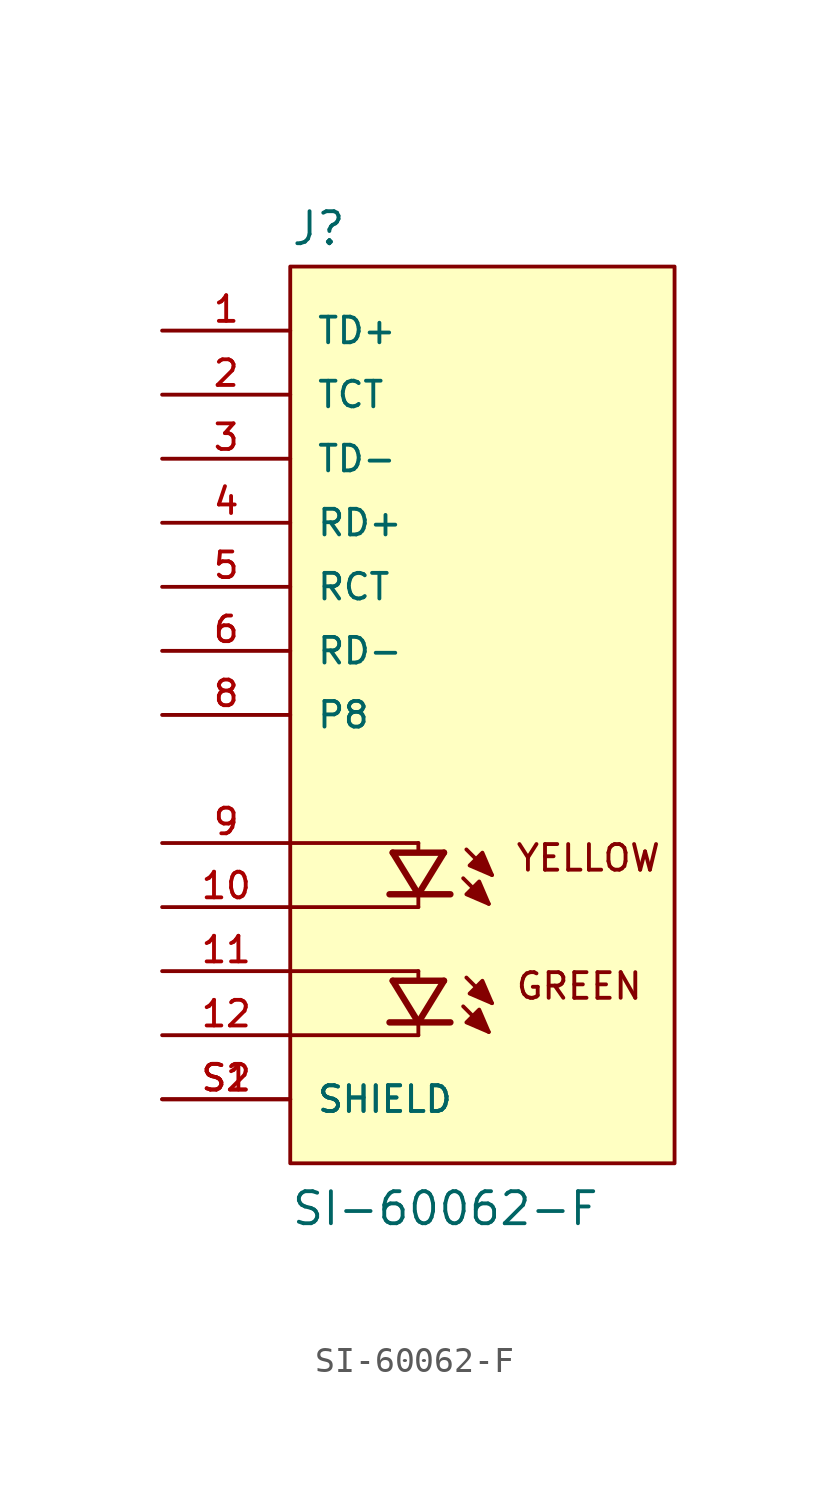
<source format=kicad_sym>
(kicad_symbol_lib
  (version 20211014)
  (generator kicad_symbol_editor)
  (symbol "SI-60062-F"
    (pin_names
      (offset 1.016))
    (property "Reference" "J"
      (at -7.62 18.542 0)
      (effects (font (size 1.27 1.27)) (justify bottom left)))
    (property "Value" "SI-60062-F"
      (at -7.62 -20.32 0)
      (effects (font (size 1.27 1.27)) (justify bottom left)))
    (symbol "SI-60062-F_0_0"
      (polyline (pts (xy -3.556 -5.461) (xy -2.54 -7.112)) (stroke (width 0.254)))
      (polyline (pts (xy -2.54 -7.112) (xy -1.524 -5.461)) (stroke (width 0.254)))
      (polyline (pts (xy -3.683 -7.112) (xy -2.54 -7.112)) (stroke (width 0.254)))
      (polyline (pts (xy -2.54 -7.112) (xy -1.27 -7.112)) (stroke (width 0.254)))
      (polyline (pts (xy -3.556 -5.461) (xy -1.524 -5.461)) (stroke (width 0.254)))
      (polyline (pts (xy -0.635 -5.334) (xy 0.381 -6.35)) (stroke (width 0.152)))
      (polyline (pts (xy -0.762 -6.477) (xy 0.254 -7.493)) (stroke (width 0.152)))
      (polyline (pts (xy -2.54 -5.08) (xy -2.54 -5.334)) (stroke (width 0.152)))
      (polyline (pts (xy -2.54 -7.239) (xy -2.54 -7.62)) (stroke (width 0.152)))
      (polyline (pts (xy -7.62 -5.08) (xy -2.54 -5.08)) (stroke (width 0.152)))
      (polyline (pts (xy -2.54 -7.62) (xy -7.62 -7.62)) (stroke (width 0.152)))
      (polyline (pts (xy -3.556 -10.541) (xy -2.54 -12.192)) (stroke (width 0.254)))
      (polyline (pts (xy -2.54 -12.192) (xy -1.524 -10.541)) (stroke (width 0.254)))
      (polyline (pts (xy -3.683 -12.192) (xy -2.54 -12.192)) (stroke (width 0.254)))
      (polyline (pts (xy -2.54 -12.192) (xy -1.27 -12.192)) (stroke (width 0.254)))
      (polyline (pts (xy -3.556 -10.541) (xy -1.524 -10.541)) (stroke (width 0.254)))
      (polyline (pts (xy -0.635 -10.414) (xy 0.381 -11.43)) (stroke (width 0.152)))
      (polyline (pts (xy -0.762 -11.557) (xy 0.254 -12.573)) (stroke (width 0.152)))
      (polyline (pts (xy -2.54 -10.16) (xy -2.54 -10.414)) (stroke (width 0.152)))
      (polyline (pts (xy -2.54 -12.319) (xy -2.54 -12.7)) (stroke (width 0.152)))
      (polyline (pts (xy -7.62 -10.16) (xy -2.54 -10.16)) (stroke (width 0.152)))
      (polyline (pts (xy -2.54 -12.7) (xy -7.62 -12.7)) (stroke (width 0.152)))
      (polyline (pts (xy 0.381 -6.35) (xy 0.0 -5.461) (xy -0.508 -5.969) (xy 0.381 -6.35)) (stroke (width 0.152)) (fill (type outline)))
      (polyline (pts (xy 0.254 -7.493) (xy -0.127 -6.604) (xy -0.635 -7.112) (xy 0.254 -7.493)) (stroke (width 0.152)) (fill (type outline)))
      (polyline (pts (xy 0.381 -11.43) (xy 0.0 -10.541) (xy -0.508 -11.049) (xy 0.381 -11.43)) (stroke (width 0.152)) (fill (type outline)))
      (polyline (pts (xy 0.254 -12.573) (xy -0.127 -11.684) (xy -0.635 -12.192) (xy 0.254 -12.573)) (stroke (width 0.152)) (fill (type outline)))
      (text "YELLOW" (at 1.27 -5.08 0) (effects (font (size 1.016 1.016)) (justify top left)))
      (text "GREEN" (at 1.27 -10.16 0) (effects (font (size 1.016 1.016)) (justify top left)))
      (rectangle (start -7.62 -17.78) (end 7.62 17.78) (stroke (width 0.152)) (fill (type background)))
      (pin passive line (at -12.7 15.24 0) (length 5.08) (name "TD+" (effects (font (size 1.016 1.016)))) (number "1" (effects (font (size 1.016 1.016)))))
      (pin passive line (at -12.7 12.7 0) (length 5.08) (name "TCT" (effects (font (size 1.016 1.016)))) (number "2" (effects (font (size 1.016 1.016)))))
      (pin passive line (at -12.7 10.16 0) (length 5.08) (name "TD-" (effects (font (size 1.016 1.016)))) (number "3" (effects (font (size 1.016 1.016)))))
      (pin passive line (at -12.7 7.62 0) (length 5.08) (name "RD+" (effects (font (size 1.016 1.016)))) (number "4" (effects (font (size 1.016 1.016)))))
      (pin passive line (at -12.7 5.08 0) (length 5.08) (name "RCT" (effects (font (size 1.016 1.016)))) (number "5" (effects (font (size 1.016 1.016)))))
      (pin passive line (at -12.7 2.54 0) (length 5.08) (name "RD-" (effects (font (size 1.016 1.016)))) (number "6" (effects (font (size 1.016 1.016)))))
      (pin passive line (at -12.7 -15.24 0) (length 5.08) (name "SHIELD" (effects (font (size 1.016 1.016)))) (number "S1" (effects (font (size 1.016 1.016)))))
      (pin passive line (at -12.7 -15.24 0) (length 5.08) (name "SHIELD" (effects (font (size 1.016 1.016)))) (number "S2" (effects (font (size 1.016 1.016)))))
      (pin passive line (at -12.7 -7.62 0) (length 5.08) (name "~" (effects (font (size 1.016 1.016)))) (number "10" (effects (font (size 1.016 1.016)))))
      (pin passive line (at -12.7 -5.08 0) (length 5.08) (name "~" (effects (font (size 1.016 1.016)))) (number "9" (effects (font (size 1.016 1.016)))))
      (pin passive line (at -12.7 -12.7 0) (length 5.08) (name "~" (effects (font (size 1.016 1.016)))) (number "12" (effects (font (size 1.016 1.016)))))
      (pin passive line (at -12.7 -10.16 0) (length 5.08) (name "~" (effects (font (size 1.016 1.016)))) (number "11" (effects (font (size 1.016 1.016)))))
      (pin passive line (at -12.7 0.0 0) (length 5.08) (name "P8" (effects (font (size 1.016 1.016)))) (number "8" (effects (font (size 1.016 1.016))))))))
</source>
